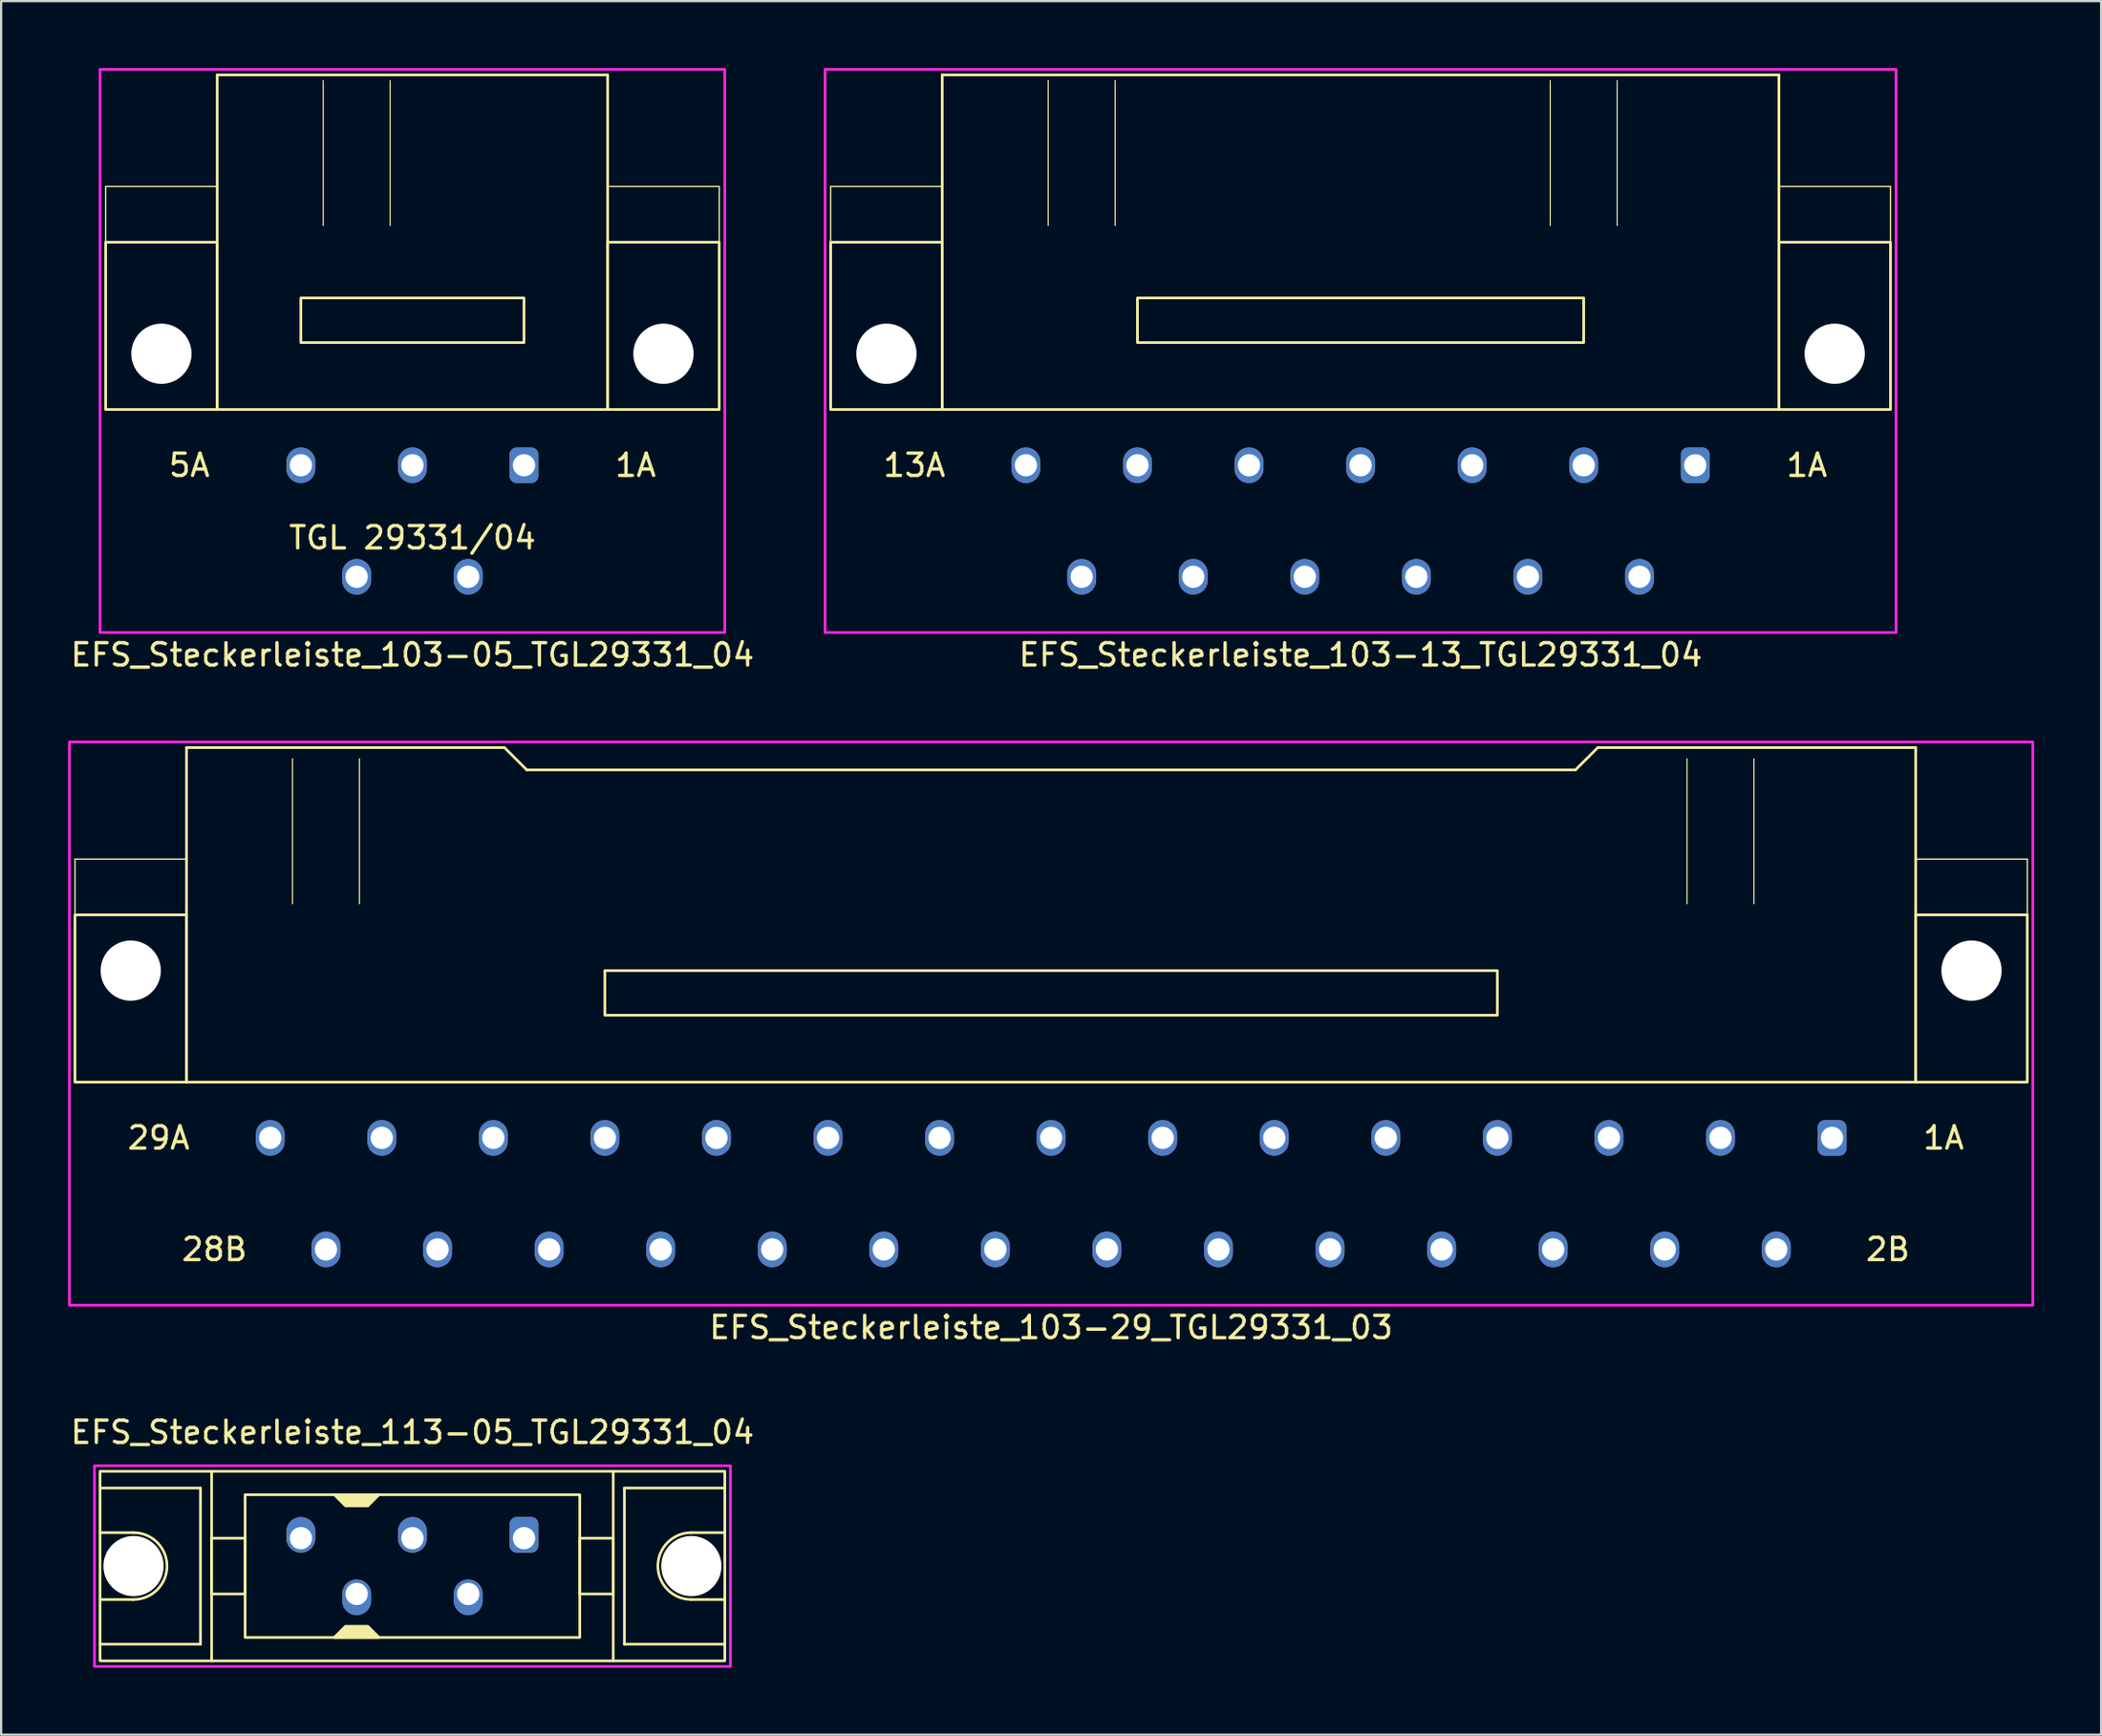
<source format=kicad_pcb>
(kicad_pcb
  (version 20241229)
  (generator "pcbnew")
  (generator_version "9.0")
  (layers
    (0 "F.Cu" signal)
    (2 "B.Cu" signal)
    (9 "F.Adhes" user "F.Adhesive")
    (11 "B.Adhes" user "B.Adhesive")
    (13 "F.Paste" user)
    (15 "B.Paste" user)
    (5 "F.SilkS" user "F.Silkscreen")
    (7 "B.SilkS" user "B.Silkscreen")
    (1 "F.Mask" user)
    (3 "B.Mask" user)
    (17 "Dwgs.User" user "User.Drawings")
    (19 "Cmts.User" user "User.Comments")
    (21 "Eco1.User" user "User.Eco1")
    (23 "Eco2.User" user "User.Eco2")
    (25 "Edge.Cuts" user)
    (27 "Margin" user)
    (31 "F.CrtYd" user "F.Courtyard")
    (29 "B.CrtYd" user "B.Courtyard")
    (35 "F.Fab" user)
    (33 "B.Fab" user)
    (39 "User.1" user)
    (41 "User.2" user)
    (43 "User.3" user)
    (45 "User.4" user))
  (footprint "EFS_Steckerleiste_113-05_TGL29331_04"
    (layer "F.Cu")
    (at 15.435 67.165)
    (property "Reference" "EFS_Steckerleiste_113-05_TGL29331_04" (at 0 -6 180) (layer "F.SilkS") (effects (font (size 1 1) (thickness 0.15))))
    (attr through_hole)
    (fp_line (start -14 -3.5) (end -9.5 -3.5) (stroke (width 0.12) (type solid)) (layer "F.SilkS"))
    (fp_line (start -12.5 -1.5) (end -14 -1.5) (stroke (width 0.12) (type solid)) (layer "F.SilkS"))
    (fp_line (start -12.5 1.5) (end -14 1.5) (stroke (width 0.12) (type solid)) (layer "F.SilkS"))
    (fp_line (start -9.5 -3.5) (end -9.5 3.5) (stroke (width 0.12) (type solid)) (layer "F.SilkS"))
    (fp_line (start -9.5 3.5) (end -14 3.5) (stroke (width 0.12) (type solid)) (layer "F.SilkS"))
    (fp_line (start -9 4.25) (end -9 -4.25) (stroke (width 0.12) (type solid)) (layer "F.SilkS"))
    (fp_line (start 9 4.25) (end 9 -4.25) (stroke (width 0.12) (type solid)) (layer "F.SilkS"))
    (fp_line (start 9.5 -3.5) (end 9.5 3.5) (stroke (width 0.12) (type solid)) (layer "F.SilkS"))
    (fp_line (start 9.5 3.5) (end 14 3.5) (stroke (width 0.12) (type solid)) (layer "F.SilkS"))
    (fp_line (start 12.5 -1.5) (end 14 -1.5) (stroke (width 0.12) (type solid)) (layer "F.SilkS"))
    (fp_line (start 12.5 1.5) (end 14 1.5) (stroke (width 0.12) (type solid)) (layer "F.SilkS"))
    (fp_line (start 14 -3.5) (end 9.5 -3.5) (stroke (width 0.12) (type solid)) (layer "F.SilkS"))
    (fp_rect (start -14 -4.25) (end 14 4.25) (stroke (width 0.12) (type solid)) (fill no) (layer "F.SilkS"))
    (fp_rect (start -7.5 -3.2) (end 7.5 3.2) (stroke (width 0.12) (type solid)) (fill no) (layer "F.SilkS"))
    (fp_rect (start -7.5 -1.25) (end -9 1.25) (stroke (width 0.12) (type solid)) (fill no) (layer "F.SilkS"))
    (fp_rect (start 9 -1.25) (end 7.5 1.25) (stroke (width 0.12) (type solid)) (fill no) (layer "F.SilkS"))
    (fp_arc (start -12.5 -1.5) (mid -11 0) (end -12.5 1.5) (stroke (width 0.12) (type solid)) (layer "F.SilkS"))
    (fp_arc (start 12.5 1.5) (mid 11 0) (end 12.5 -1.5) (stroke (width 0.12) (type solid)) (layer "F.SilkS"))
    (fp_poly (pts (xy -3 2.7) (xy -2 2.7) (xy -1.5 3.2) (xy -3.5 3.2)) (stroke (width 0.12) (type solid)) (fill yes) (layer "F.SilkS"))
    (fp_poly (pts (xy -2 -2.7) (xy -3 -2.7) (xy -3.5 -3.2) (xy -1.5 -3.2)) (stroke (width 0.12) (type solid)) (fill yes) (layer "F.SilkS"))
    (fp_rect (start -14.25 -4.5) (end 14.25 4.5) (stroke (width 0.12) (type solid)) (fill no) (layer "F.CrtYd"))
    (pad "" np_thru_hole circle (at -12.5 0) (size 2.7 2.7) (drill 2.7) (layers "*.Cu" "*.Mask"))
    (pad "" np_thru_hole circle (at 12.5 0) (size 2.7 2.7) (drill 2.7) (layers "*.Cu" "*.Mask"))
    (pad "1a" thru_hole roundrect (at 5 -1.25) (size 1.3 1.6) (drill 1 (offset 0 -0.15)) (layers "*.Cu" "*.Mask") (roundrect_rratio 0.25))
    (pad "2b" thru_hole oval (at 2.5 1.25) (size 1.3 1.6) (drill 1 (offset 0 0.15)) (layers "*.Cu" "*.Mask"))
    (pad "3a" thru_hole oval (at 0 -1.25) (size 1.3 1.6) (drill 1 (offset 0 -0.15)) (layers "*.Cu" "*.Mask"))
    (pad "4b" thru_hole oval (at -2.5 1.25) (size 1.3 1.6) (drill 1 (offset 0 0.15)) (layers "*.Cu" "*.Mask"))
    (pad "5a" thru_hole oval (at -5 -1.25) (size 1.3 1.6) (drill 1 (offset 0 -0.15)) (layers "*.Cu" "*.Mask")))
  (footprint "EFS_Steckerleiste_103-13_TGL29331_04"
    (layer "F.Cu")
    (at 57.929 5.31)
    (property "Reference" "EFS_Steckerleiste_103-13_TGL29331_04" (at 0 21 180) (layer "F.SilkS") (effects (font (size 1 1) (thickness 0.15))))
    (attr through_hole)
    (fp_line (start -23.75 0) (end -23.75 2.5) (stroke (width 0.06) (type solid)) (layer "F.SilkS"))
    (fp_line (start -18.75 -5) (end -18.75 10) (stroke (width 0.12) (type solid)) (layer "F.SilkS"))
    (fp_line (start -18.75 -5) (end 18.75 -5) (stroke (width 0.12) (type solid)) (layer "F.SilkS"))
    (fp_line (start -18.75 0) (end -23.75 0) (stroke (width 0.06) (type solid)) (layer "F.SilkS"))
    (fp_line (start -18.75 10) (end 18.75 10) (stroke (width 0.12) (type solid)) (layer "F.SilkS"))
    (fp_line (start -14 -4.75) (end -14 1.75) (stroke (width 0.05) (type solid)) (layer "F.SilkS"))
    (fp_line (start -11 -4.75) (end -11 1.75) (stroke (width 0.05) (type solid)) (layer "F.SilkS"))
    (fp_line (start 8.5 -4.75) (end 8.5 1.75) (stroke (width 0.05) (type solid)) (layer "F.SilkS"))
    (fp_line (start 11.5 -4.75) (end 11.5 1.75) (stroke (width 0.05) (type solid)) (layer "F.SilkS"))
    (fp_line (start 18.75 10) (end 18.75 -5) (stroke (width 0.12) (type solid)) (layer "F.SilkS"))
    (fp_line (start 23.75 0) (end 18.75 0) (stroke (width 0.06) (type solid)) (layer "F.SilkS"))
    (fp_line (start 23.75 0) (end 23.75 2.5) (stroke (width 0.06) (type solid)) (layer "F.SilkS"))
    (fp_rect (start -18.75 10) (end -23.75 2.5) (stroke (width 0.12) (type solid)) (fill no) (layer "F.SilkS"))
    (fp_rect (start -10 7) (end 10 5) (stroke (width 0.12) (type solid)) (fill no) (layer "F.SilkS"))
    (fp_rect (start 23.75 10) (end 18.75 2.5) (stroke (width 0.12) (type solid)) (fill no) (layer "F.SilkS"))
    (fp_rect (start -24 -5.25) (end 24 20) (stroke (width 0.12) (type solid)) (fill no) (layer "F.CrtYd"))
    (fp_text user "1A" (at 20 12.5 0) (layer "F.SilkS") (effects (font (size 1 1) (thickness 0.15))))
    (fp_text user "13A" (at -20 12.5 0) (layer "F.SilkS") (effects (font (size 1 1) (thickness 0.15))))
    (pad "" np_thru_hole circle (at -21.25 7.5) (size 2.7 2.7) (drill 2.7) (layers "*.Cu" "*.Mask"))
    (pad "" np_thru_hole circle (at 21.25 7.5) (size 2.7 2.7) (drill 2.7) (layers "*.Cu" "*.Mask"))
    (pad "1a" thru_hole roundrect (at 15 12.5) (size 1.3 1.6) (drill 1) (layers "*.Cu" "*.Mask") (roundrect_rratio 0.25))
    (pad "2b" thru_hole oval (at 12.5 17.5) (size 1.3 1.6) (drill 1) (layers "*.Cu" "*.Mask"))
    (pad "3a" thru_hole oval (at 10 12.5) (size 1.3 1.6) (drill 1) (layers "*.Cu" "*.Mask"))
    (pad "4b" thru_hole oval (at 7.5 17.5) (size 1.3 1.6) (drill 1) (layers "*.Cu" "*.Mask"))
    (pad "5a" thru_hole oval (at 5 12.5) (size 1.3 1.6) (drill 1) (layers "*.Cu" "*.Mask"))
    (pad "6b" thru_hole oval (at 2.5 17.5) (size 1.3 1.6) (drill 1) (layers "*.Cu" "*.Mask"))
    (pad "7a" thru_hole oval (at 0 12.5) (size 1.3 1.6) (drill 1) (layers "*.Cu" "*.Mask"))
    (pad "8b" thru_hole oval (at -2.5 17.5) (size 1.3 1.6) (drill 1) (layers "*.Cu" "*.Mask"))
    (pad "9a" thru_hole oval (at -5 12.5) (size 1.3 1.6) (drill 1) (layers "*.Cu" "*.Mask"))
    (pad "10b" thru_hole oval (at -7.5 17.5) (size 1.3 1.6) (drill 1) (layers "*.Cu" "*.Mask"))
    (pad "11a" thru_hole oval (at -10 12.5) (size 1.3 1.6) (drill 1) (layers "*.Cu" "*.Mask"))
    (pad "12b" thru_hole oval (at -12.5 17.5) (size 1.3 1.6) (drill 1) (layers "*.Cu" "*.Mask"))
    (pad "13a" thru_hole oval (at -15 12.5) (size 1.3 1.6) (drill 1) (layers "*.Cu" "*.Mask")))
  (footprint "EFS_Steckerleiste_103-29_TGL29331_03"
    (layer "F.Cu")
    (at 44.06 35.468)
    (property "Reference" "EFS_Steckerleiste_103-29_TGL29331_03" (at 0 21 180) (layer "F.SilkS") (effects (font (size 1 1) (thickness 0.15))))
    (attr through_hole)
    (fp_line (start -43.75 0) (end -43.75 2.5) (stroke (width 0.06) (type solid)) (layer "F.SilkS"))
    (fp_line (start -38.75 -5) (end -38.75 10) (stroke (width 0.12) (type solid)) (layer "F.SilkS"))
    (fp_line (start -38.75 -5) (end -24.5 -5) (stroke (width 0.12) (type solid)) (layer "F.SilkS"))
    (fp_line (start -38.75 0) (end -43.75 0) (stroke (width 0.06) (type solid)) (layer "F.SilkS"))
    (fp_line (start -38.75 10) (end 38.75 10) (stroke (width 0.12) (type solid)) (layer "F.SilkS"))
    (fp_line (start -34 -4.5) (end -34 2) (stroke (width 0.05) (type solid)) (layer "F.SilkS"))
    (fp_line (start -31 -4.5) (end -31 2) (stroke (width 0.05) (type solid)) (layer "F.SilkS"))
    (fp_line (start -24.5 -5) (end -23.5 -4) (stroke (width 0.12) (type solid)) (layer "F.SilkS"))
    (fp_line (start -23.5 -4) (end 23.5 -4) (stroke (width 0.12) (type solid)) (layer "F.SilkS"))
    (fp_line (start 24.5 -5) (end 23.5 -4) (stroke (width 0.12) (type solid)) (layer "F.SilkS"))
    (fp_line (start 28.5 -4.5) (end 28.5 2) (stroke (width 0.05) (type solid)) (layer "F.SilkS"))
    (fp_line (start 31.5 -4.5) (end 31.5 2) (stroke (width 0.05) (type solid)) (layer "F.SilkS"))
    (fp_line (start 38.75 -5) (end 24.5 -5) (stroke (width 0.12) (type solid)) (layer "F.SilkS"))
    (fp_line (start 38.75 10) (end 38.75 -5) (stroke (width 0.12) (type solid)) (layer "F.SilkS"))
    (fp_line (start 43.75 0) (end 38.75 0) (stroke (width 0.06) (type solid)) (layer "F.SilkS"))
    (fp_line (start 43.75 0) (end 43.75 2.5) (stroke (width 0.06) (type solid)) (layer "F.SilkS"))
    (fp_rect (start -38.75 10) (end -43.75 2.5) (stroke (width 0.12) (type solid)) (fill no) (layer "F.SilkS"))
    (fp_rect (start -20 7) (end 20 5) (stroke (width 0.12) (type solid)) (fill no) (layer "F.SilkS"))
    (fp_rect (start 43.75 10) (end 38.75 2.5) (stroke (width 0.12) (type solid)) (fill no) (layer "F.SilkS"))
    (fp_rect (start -44 -5.25) (end 44 20) (stroke (width 0.12) (type solid)) (fill no) (layer "F.CrtYd"))
    (fp_text user "28B" (at -37.5 17.5 0) (layer "F.SilkS") (effects (font (size 1 1) (thickness 0.15))))
    (fp_text user "29A" (at -40 12.5 0) (layer "F.SilkS") (effects (font (size 1 1) (thickness 0.15))))
    (fp_text user "2B" (at 37.5 17.5 0) (layer "F.SilkS") (effects (font (size 1 1) (thickness 0.15))))
    (fp_text user "1A" (at 40 12.5 0) (layer "F.SilkS") (effects (font (size 1 1) (thickness 0.15))))
    (pad "" np_thru_hole circle (at -41.25 5) (size 2.7 2.7) (drill 2.7) (layers "*.Cu" "*.Mask"))
    (pad "" np_thru_hole circle (at 41.25 5) (size 2.7 2.7) (drill 2.7) (layers "*.Cu" "*.Mask"))
    (pad "1a" thru_hole roundrect (at 35 12.5) (size 1.3 1.6) (drill 1) (layers "*.Cu" "*.Mask") (roundrect_rratio 0.25))
    (pad "2b" thru_hole oval (at 32.5 17.5) (size 1.3 1.6) (drill 1) (layers "*.Cu" "*.Mask"))
    (pad "3a" thru_hole oval (at 30 12.5) (size 1.3 1.6) (drill 1) (layers "*.Cu" "*.Mask"))
    (pad "4b" thru_hole oval (at 27.5 17.5) (size 1.3 1.6) (drill 1) (layers "*.Cu" "*.Mask"))
    (pad "5a" thru_hole oval (at 25 12.5) (size 1.3 1.6) (drill 1) (layers "*.Cu" "*.Mask"))
    (pad "6b" thru_hole oval (at 22.5 17.5) (size 1.3 1.6) (drill 1) (layers "*.Cu" "*.Mask"))
    (pad "7a" thru_hole oval (at 20 12.5) (size 1.3 1.6) (drill 1) (layers "*.Cu" "*.Mask"))
    (pad "8b" thru_hole oval (at 17.5 17.5) (size 1.3 1.6) (drill 1) (layers "*.Cu" "*.Mask"))
    (pad "9a" thru_hole oval (at 15 12.5) (size 1.3 1.6) (drill 1) (layers "*.Cu" "*.Mask"))
    (pad "10b" thru_hole oval (at 12.5 17.5) (size 1.3 1.6) (drill 1) (layers "*.Cu" "*.Mask"))
    (pad "11a" thru_hole oval (at 10 12.5) (size 1.3 1.6) (drill 1) (layers "*.Cu" "*.Mask"))
    (pad "12b" thru_hole oval (at 7.5 17.5) (size 1.3 1.6) (drill 1) (layers "*.Cu" "*.Mask"))
    (pad "13a" thru_hole oval (at 5 12.5) (size 1.3 1.6) (drill 1) (layers "*.Cu" "*.Mask"))
    (pad "14b" thru_hole oval (at 2.5 17.5) (size 1.3 1.6) (drill 1) (layers "*.Cu" "*.Mask"))
    (pad "15a" thru_hole oval (at 0 12.5) (size 1.3 1.6) (drill 1) (layers "*.Cu" "*.Mask"))
    (pad "16b" thru_hole oval (at -2.5 17.5) (size 1.3 1.6) (drill 1) (layers "*.Cu" "*.Mask"))
    (pad "17a" thru_hole oval (at -5 12.5) (size 1.3 1.6) (drill 1) (layers "*.Cu" "*.Mask"))
    (pad "18b" thru_hole oval (at -7.5 17.5) (size 1.3 1.6) (drill 1) (layers "*.Cu" "*.Mask"))
    (pad "19a" thru_hole oval (at -10 12.5) (size 1.3 1.6) (drill 1) (layers "*.Cu" "*.Mask"))
    (pad "20b" thru_hole oval (at -12.5 17.5) (size 1.3 1.6) (drill 1) (layers "*.Cu" "*.Mask"))
    (pad "21a" thru_hole oval (at -15 12.5) (size 1.3 1.6) (drill 1) (layers "*.Cu" "*.Mask"))
    (pad "22b" thru_hole oval (at -17.5 17.5) (size 1.3 1.6) (drill 1) (layers "*.Cu" "*.Mask"))
    (pad "23a" thru_hole oval (at -20 12.5) (size 1.3 1.6) (drill 1) (layers "*.Cu" "*.Mask"))
    (pad "24b" thru_hole oval (at -22.5 17.5) (size 1.3 1.6) (drill 1) (layers "*.Cu" "*.Mask"))
    (pad "25a" thru_hole oval (at -25 12.5) (size 1.3 1.6) (drill 1) (layers "*.Cu" "*.Mask"))
    (pad "26b" thru_hole oval (at -27.5 17.5) (size 1.3 1.6) (drill 1) (layers "*.Cu" "*.Mask"))
    (pad "27a" thru_hole oval (at -30 12.5) (size 1.3 1.6) (drill 1) (layers "*.Cu" "*.Mask"))
    (pad "28b" thru_hole oval (at -32.5 17.5) (size 1.3 1.6) (drill 1) (layers "*.Cu" "*.Mask"))
    (pad "29a" thru_hole oval (at -35 12.5) (size 1.3 1.6) (drill 1) (layers "*.Cu" "*.Mask")))
  (footprint "EFS_Steckerleiste_103-05_TGL29331_04"
    (layer "F.Cu")
    (at 15.435 5.31)
    (property "Reference" "EFS_Steckerleiste_103-05_TGL29331_04" (at 0 21 180) (layer "F.SilkS") (effects (font (size 1 1) (thickness 0.15))))
    (attr through_hole)
    (fp_line (start -13.75 0) (end -13.75 2.5) (stroke (width 0.06) (type solid)) (layer "F.SilkS"))
    (fp_line (start -8.75 -5) (end -8.75 10) (stroke (width 0.12) (type solid)) (layer "F.SilkS"))
    (fp_line (start -8.75 -5) (end 8.75 -5) (stroke (width 0.12) (type solid)) (layer "F.SilkS"))
    (fp_line (start -8.75 0) (end -13.75 0) (stroke (width 0.06) (type solid)) (layer "F.SilkS"))
    (fp_line (start -8.75 10) (end 8.75 10) (stroke (width 0.12) (type solid)) (layer "F.SilkS"))
    (fp_line (start -4 -4.75) (end -4 1.75) (stroke (width 0.05) (type solid)) (layer "F.SilkS"))
    (fp_line (start -1 -4.75) (end -1 1.75) (stroke (width 0.05) (type solid)) (layer "F.SilkS"))
    (fp_line (start 8.75 10) (end 8.75 -5) (stroke (width 0.12) (type solid)) (layer "F.SilkS"))
    (fp_line (start 13.75 0) (end 8.75 0) (stroke (width 0.06) (type solid)) (layer "F.SilkS"))
    (fp_line (start 13.75 0) (end 13.75 2.5) (stroke (width 0.06) (type solid)) (layer "F.SilkS"))
    (fp_rect (start -8.75 10) (end -13.75 2.5) (stroke (width 0.12) (type solid)) (fill no) (layer "F.SilkS"))
    (fp_rect (start -5 7) (end 5 5) (stroke (width 0.12) (type solid)) (fill no) (layer "F.SilkS"))
    (fp_rect (start 13.75 10) (end 8.75 2.5) (stroke (width 0.12) (type solid)) (fill no) (layer "F.SilkS"))
    (fp_rect (start -14 -5.25) (end 14 20) (stroke (width 0.12) (type solid)) (fill no) (layer "F.CrtYd"))
    (fp_text user "1A" (at 10 12.5 0) (layer "F.SilkS") (effects (font (size 1 1) (thickness 0.15))))
    (fp_text user "TGL 29331/04" (at 0 15.75 0) (unlocked yes) (layer "F.SilkS") (effects (font (size 1 1) (thickness 0.15))))
    (fp_text user "5A" (at -10 12.5 0) (layer "F.SilkS") (effects (font (size 1 1) (thickness 0.15))))
    (pad "" np_thru_hole circle (at -11.25 7.5) (size 2.7 2.7) (drill 2.7) (layers "*.Cu" "*.Mask"))
    (pad "" np_thru_hole circle (at 11.25 7.5) (size 2.7 2.7) (drill 2.7) (layers "*.Cu" "*.Mask"))
    (pad "1a" thru_hole roundrect (at 5 12.5) (size 1.3 1.6) (drill 1) (layers "*.Cu" "*.Mask") (roundrect_rratio 0.25))
    (pad "2b" thru_hole oval (at 2.5 17.5) (size 1.3 1.6) (drill 1) (layers "*.Cu" "*.Mask"))
    (pad "3a" thru_hole oval (at 0 12.5) (size 1.3 1.6) (drill 1) (layers "*.Cu" "*.Mask"))
    (pad "4b" thru_hole oval (at -2.5 17.5) (size 1.3 1.6) (drill 1) (layers "*.Cu" "*.Mask"))
    (pad "5a" thru_hole oval (at -5 12.5) (size 1.3 1.6) (drill 1) (layers "*.Cu" "*.Mask")))
  (gr_rect
    (start -3 -3)
    (end 91.12 74.725)
    (stroke (width 0.1) (type default))
    (fill no)
    (layer "Edge.Cuts")))
</source>
